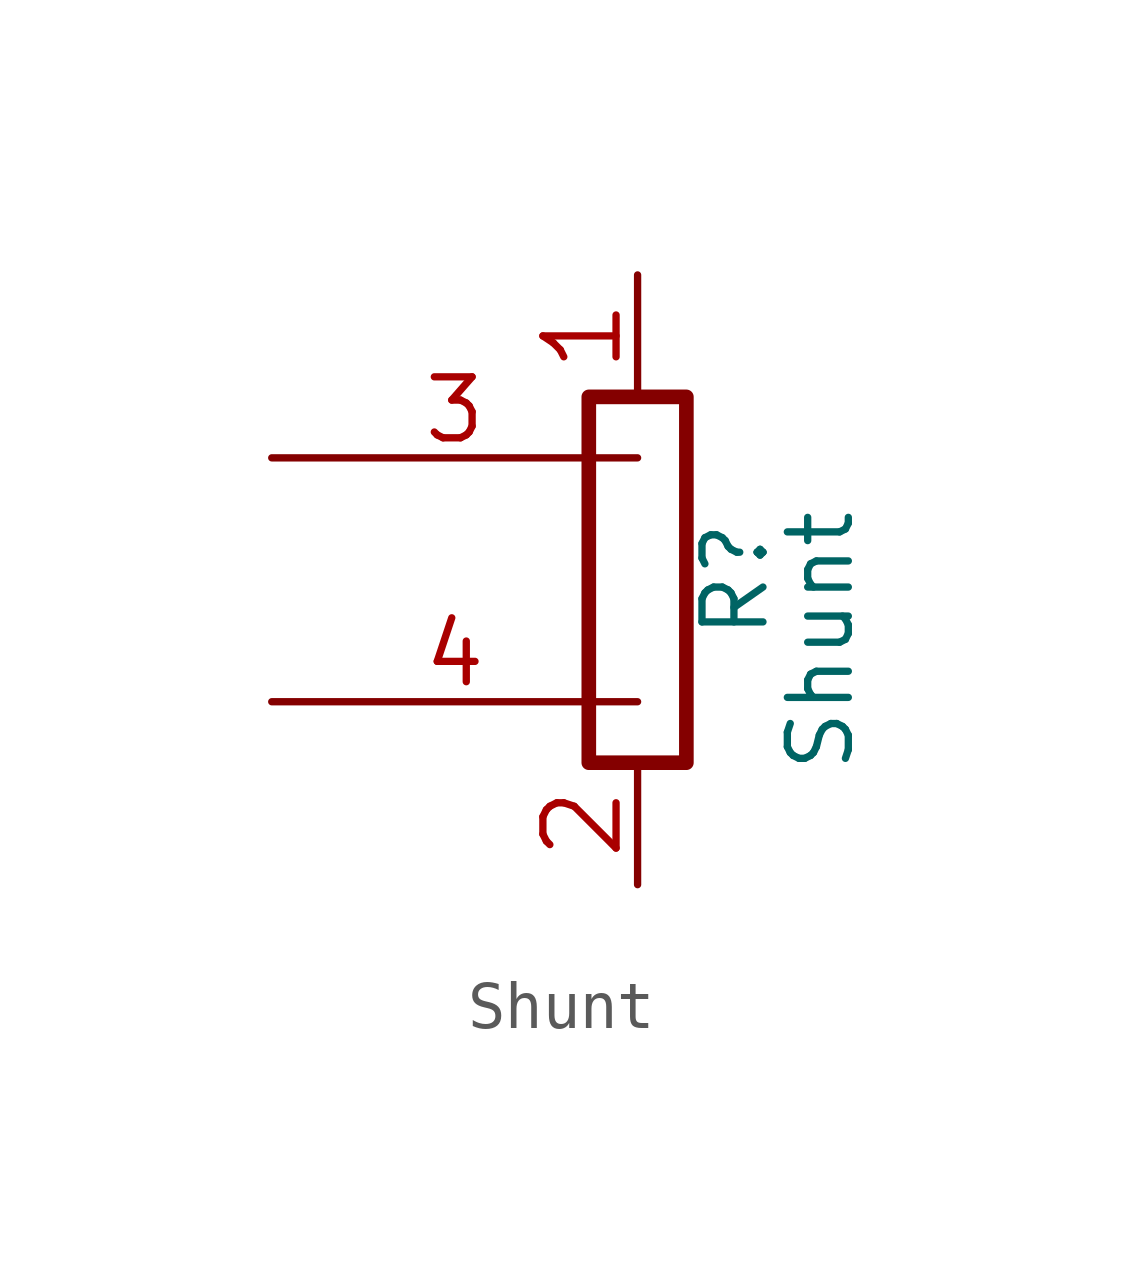
<source format=kicad_sym>
(kicad_symbol_lib
  (version 20211014)
  (generator kicad_symbol_editor)
  (symbol "Shunt"
    (pin_names
      (offset 0))
    (property "Reference" "R"
      (at 2.032 0 90)
      (effects (font (size 1.27 1.27))))
    (property "Value" "Shunt"
      (at 3.81 -1.27 90)
      (effects (font (size 1.27 1.27))))
    (property "Footprint" ""
      (at 0 0 0)
      (effects (font (size 1.524 1.524))))
    (property "Datasheet" ""
      (at 0 0 0)
      (effects (font (size 1.524 1.524))))
    (symbol "Shunt_0_1"
      (rectangle (start -1.016 3.81) (end 1.016 -3.81) (stroke (width 0.305) (type default) (color 0 0 0 0)) (fill (type none))))
    (symbol "Shunt_1_1"
      (pin passive line (at 0 6.35 270) (length 2.54) (name "~" (effects (font (size 1.524 1.524)))) (number "1" (effects (font (size 1.524 1.524)))))
      (pin passive line (at 0 -6.35 90) (length 2.54) (name "~" (effects (font (size 1.524 1.524)))) (number "2" (effects (font (size 1.524 1.524)))))
      (pin input line (at -7.62 2.54 0) (length 7.62) (name "~" (effects (font (size 1.27 1.27)))) (number "3" (effects (font (size 1.27 1.27)))))
      (pin input line (at -7.62 -2.54 0) (length 7.62) (name "~" (effects (font (size 1.27 1.27)))) (number "4" (effects (font (size 1.27 1.27))))))))
</source>
